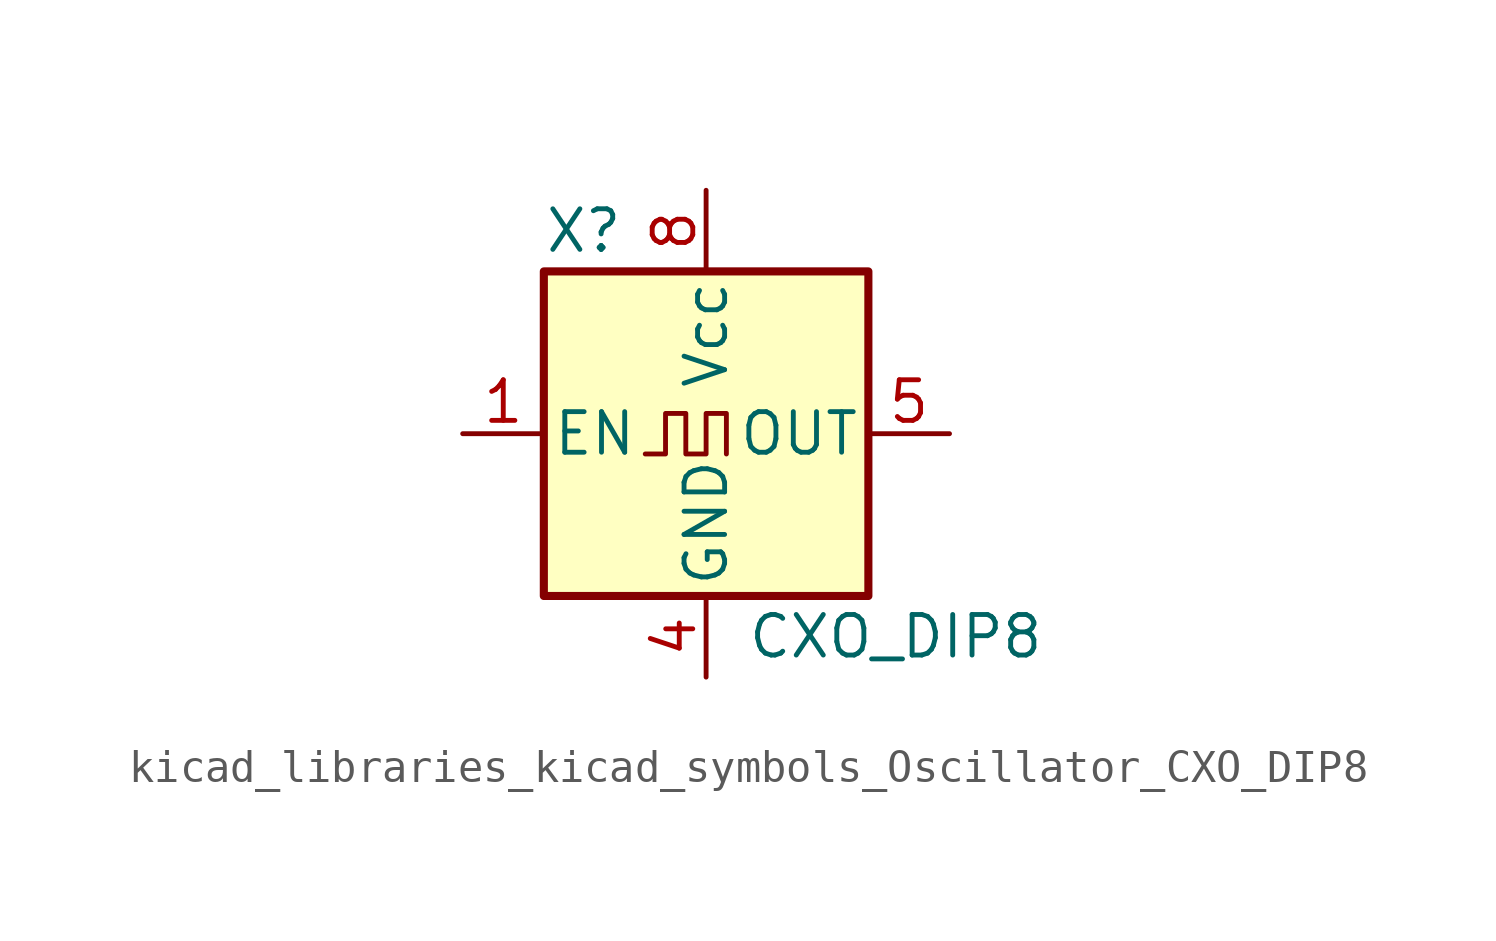
<source format=kicad_sym>
(kicad_symbol_lib
  (version 20220914)
  (generator kicad_symbol_editor)
  (symbol "kicad_libraries_kicad_symbols_Oscillator_CXO_DIP8"
    (pin_names
      (offset 0.254))
    (property "Reference" "X"
      (at -5.08 6.35 0)
      (effects (font (size 1.27 1.27)) (justify left)))
    (property "Value" "CXO_DIP8"
      (at 1.27 -6.35 0)
      (effects (font (size 1.27 1.27)) (justify left)))
    (symbol "kicad_libraries_kicad_symbols_Oscillator_CXO_DIP8_0_1"
      (rectangle (start -5.08 5.08) (end 5.08 -5.08) (stroke (width 0.254) (type default)) (fill (type background)))
      (polyline (pts (xy -1.905 -0.635) (xy -1.27 -0.635) (xy -1.27 0.635) (xy -0.635 0.635) (xy -0.635 -0.635) (xy 0 -0.635) (xy 0 0.635) (xy 0.635 0.635) (xy 0.635 -0.635)) (stroke (width 0) (type default)) (fill (type none))))
    (symbol "kicad_libraries_kicad_symbols_Oscillator_CXO_DIP8_1_1"
      (pin input line (at -7.62 0 0) (length 2.54) (name "EN" (effects (font (size 1.27 1.27)))) (number "1" (effects (font (size 1.27 1.27)))))
      (pin power_in line (at 0 -7.62 90) (length 2.54) (name "GND" (effects (font (size 1.27 1.27)))) (number "4" (effects (font (size 1.27 1.27)))))
      (pin output line (at 7.62 0 180) (length 2.54) (name "OUT" (effects (font (size 1.27 1.27)))) (number "5" (effects (font (size 1.27 1.27)))))
      (pin power_in line (at 0 7.62 270) (length 2.54) (name "Vcc" (effects (font (size 1.27 1.27)))) (number "8" (effects (font (size 1.27 1.27))))))))
</source>
